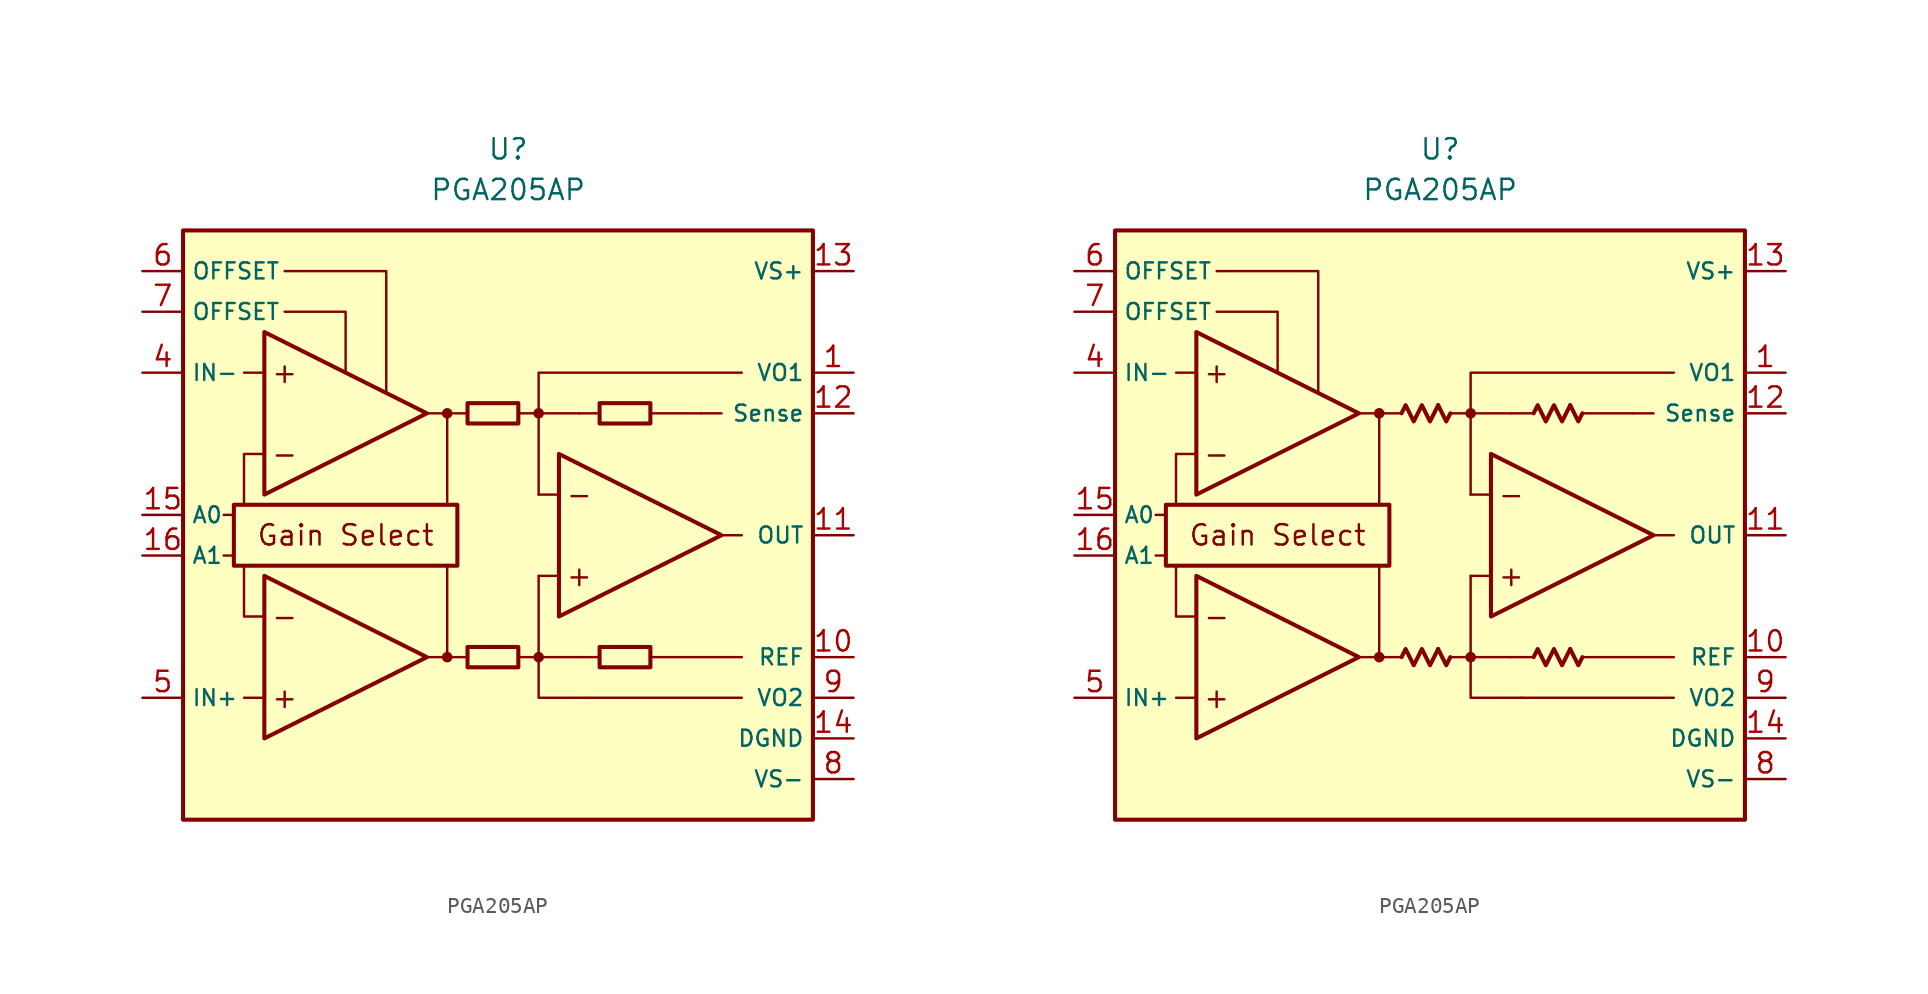
<source format=kicad_sym>
(kicad_symbol_lib
  (version 20231120)
  (generator "kicad_symbol_editor")
  (generator_version "8.0")
  (symbol "PGA205AP"
    (property "Reference" "U"
      (at 0 22.86 0)
      (effects (font (size 1.27 1.27))))
    (property "Value" "PGA205AP"
      (at 0 20.32 0)
      (effects (font (size 1.27 1.27))))
    (symbol "PGA205AP_0_0"
      (rectangle (start -20.32 17.78) (end 19.05 -19.05) (stroke (width 0.254) (type default)) (fill (type background)))
      (rectangle (start -17.145 0.635) (end -3.175 -3.175) (stroke (width 0.254) (type default)) (fill (type none)))
      (circle (center -3.81 -8.89) (radius 0.254) (stroke (width 0.152) (type default)) (fill (type outline)))
      (circle (center -3.81 6.35) (radius 0.254) (stroke (width 0.152) (type default)) (fill (type outline)))
      (polyline (pts (xy -1.27 -8.89)) (stroke (width 0.152) (type default)) (fill (type none)))
      (polyline (pts (xy -1.27 6.35)) (stroke (width 0.152) (type default)) (fill (type none)))
      (polyline (pts (xy 5.715 6.35)) (stroke (width 0.152) (type default)) (fill (type none)))
      (polyline (pts (xy -17.145 -2.54) (xy -17.78 -2.54)) (stroke (width 0.152) (type default)) (fill (type none)))
      (polyline (pts (xy -17.145 0) (xy -17.78 0)) (stroke (width 0.152) (type default)) (fill (type none)))
      (polyline (pts (xy -15.24 -11.43) (xy -16.51 -11.43)) (stroke (width 0.152) (type default)) (fill (type none)))
      (polyline (pts (xy -15.24 8.89) (xy -16.51 8.89)) (stroke (width 0.152) (type default)) (fill (type none)))
      (polyline (pts (xy -5.08 -8.89) (xy -2.54 -8.89)) (stroke (width 0.152) (type default)) (fill (type none)))
      (polyline (pts (xy -5.08 6.35) (xy -2.54 6.35)) (stroke (width 0.152) (type default)) (fill (type none)))
      (polyline (pts (xy -3.81 -8.89) (xy -3.81 -3.175)) (stroke (width 0.152) (type default)) (fill (type none)))
      (polyline (pts (xy -3.81 0.635) (xy -3.81 6.35)) (stroke (width 0.152) (type default)) (fill (type none)))
      (polyline (pts (xy 0.635 -8.89) (xy 1.905 -8.89)) (stroke (width 0.152) (type default)) (fill (type none)))
      (polyline (pts (xy 0.635 6.35) (xy 1.905 6.35)) (stroke (width 0.152) (type default)) (fill (type none)))
      (polyline (pts (xy 3.175 -3.81) (xy 1.905 -3.81)) (stroke (width 0.152) (type default)) (fill (type none)))
      (polyline (pts (xy 3.175 1.27) (xy 1.905 1.27)) (stroke (width 0.152) (type default)) (fill (type none)))
      (polyline (pts (xy 4.445 -8.89) (xy 1.905 -8.89)) (stroke (width 0.152) (type default)) (fill (type none)))
      (polyline (pts (xy 4.445 -8.89) (xy 5.715 -8.89)) (stroke (width 0.152) (type default)) (fill (type none)))
      (polyline (pts (xy 4.445 6.35) (xy 1.905 6.35)) (stroke (width 0.152) (type default)) (fill (type none)))
      (polyline (pts (xy 4.445 6.35) (xy 5.715 6.35)) (stroke (width 0.152) (type default)) (fill (type none)))
      (polyline (pts (xy 8.89 -8.89) (xy 14.605 -8.89)) (stroke (width 0.152) (type default)) (fill (type none)))
      (polyline (pts (xy 8.89 6.35) (xy 12.065 6.35)) (stroke (width 0.152) (type default)) (fill (type none)))
      (polyline (pts (xy 12.065 6.35) (xy 13.335 6.35)) (stroke (width 0.152) (type default)) (fill (type none)))
      (polyline (pts (xy 13.335 -1.27) (xy 14.605 -1.27)) (stroke (width 0.152) (type default)) (fill (type none)))
      (polyline (pts (xy 14.605 -11.43) (xy 5.08 -11.43)) (stroke (width 0.152) (type default)) (fill (type none)))
      (polyline (pts (xy -16.51 -3.175) (xy -16.51 -6.35) (xy -15.24 -6.35)) (stroke (width 0.152) (type default)) (fill (type none)))
      (polyline (pts (xy -15.24 3.81) (xy -16.51 3.81) (xy -16.51 0.635)) (stroke (width 0.152) (type default)) (fill (type none)))
      (polyline (pts (xy -13.97 12.7) (xy -10.16 12.7) (xy -10.16 8.89)) (stroke (width 0.152) (type default)) (fill (type none)))
      (polyline (pts (xy -7.62 7.62) (xy -7.62 15.24) (xy -13.97 15.24)) (stroke (width 0.152) (type default)) (fill (type none)))
      (polyline (pts (xy 1.905 -3.81) (xy 1.905 -11.43) (xy 5.08 -11.43)) (stroke (width 0.152) (type default)) (fill (type none)))
      (polyline (pts (xy 14.605 8.89) (xy 1.905 8.89) (xy 1.905 1.27)) (stroke (width 0.152) (type default)) (fill (type none)))
      (circle (center 1.905 -8.89) (radius 0.254) (stroke (width 0.152) (type default)) (fill (type outline)))
      (circle (center 1.905 6.35) (radius 0.254) (stroke (width 0.152) (type default)) (fill (type outline)))
      (text "+" (at -13.97 -11.43 0) (effects (font (size 1.27 1.27))))
      (text "+" (at -13.97 8.89 0) (effects (font (size 1.27 1.27))))
      (text "+" (at 4.445 -3.81 0) (effects (font (size 1.27 1.27))))
      (text "-" (at -13.97 -6.35 0) (effects (font (size 1.27 1.27))))
      (text "-" (at -13.97 3.81 0) (effects (font (size 1.27 1.27))))
      (text "-" (at 4.445 1.27 0) (effects (font (size 1.27 1.27))))
      (text "Gain Select" (at -10.16 -1.27 0) (effects (font (size 1.27 1.27)))))
    (symbol "PGA205AP_0_1"
      (rectangle (start -2.54 -8.255) (end 0.635 -9.525) (stroke (width 0.254) (type default)) (fill (type none)))
      (rectangle (start -2.54 6.985) (end 0.635 5.715) (stroke (width 0.254) (type default)) (fill (type none)))
      (rectangle (start 5.715 -8.255) (end 8.89 -9.525) (stroke (width 0.254) (type default)) (fill (type none)))
      (rectangle (start 5.715 6.985) (end 8.89 5.715) (stroke (width 0.254) (type default)) (fill (type none))))
    (symbol "PGA205AP_0_2"
      (polyline (pts (xy -0.127 -8.382) (xy 0.381 -9.398) (xy 0.635 -8.89)) (stroke (width 0.254) (type default)) (fill (type none)))
      (polyline (pts (xy -0.127 6.858) (xy 0.381 5.842) (xy 0.635 6.35)) (stroke (width 0.254) (type default)) (fill (type none)))
      (polyline (pts (xy 8.128 -8.382) (xy 8.636 -9.398) (xy 8.89 -8.89)) (stroke (width 0.254) (type default)) (fill (type none)))
      (polyline (pts (xy 8.128 6.858) (xy 8.636 5.842) (xy 8.89 6.35)) (stroke (width 0.254) (type default)) (fill (type none)))
      (polyline (pts (xy -2.413 -8.89) (xy -2.159 -8.382) (xy -1.651 -9.398) (xy -1.143 -8.382) (xy -0.635 -9.398) (xy -0.127 -8.382)) (stroke (width 0.254) (type default)) (fill (type none)))
      (polyline (pts (xy -2.413 6.35) (xy -2.159 6.858) (xy -1.651 5.842) (xy -1.143 6.858) (xy -0.635 5.842) (xy -0.127 6.858)) (stroke (width 0.254) (type default)) (fill (type none)))
      (polyline (pts (xy 5.842 -8.89) (xy 6.096 -8.382) (xy 6.604 -9.398) (xy 7.112 -8.382) (xy 7.62 -9.398) (xy 8.128 -8.382)) (stroke (width 0.254) (type default)) (fill (type none)))
      (polyline (pts (xy 5.842 6.35) (xy 6.096 6.858) (xy 6.604 5.842) (xy 7.112 6.858) (xy 7.62 5.842) (xy 8.128 6.858)) (stroke (width 0.254) (type default)) (fill (type none))))
    (symbol "PGA205AP_1_0"
      (polyline (pts (xy -15.24 -3.81) (xy -15.24 -13.97) (xy -5.08 -8.89) (xy -15.24 -3.81)) (stroke (width 0.254) (type default)) (fill (type background)))
      (polyline (pts (xy -15.24 11.43) (xy -15.24 1.27) (xy -5.08 6.35) (xy -15.24 11.43)) (stroke (width 0.254) (type default)) (fill (type background)))
      (polyline (pts (xy 3.175 3.81) (xy 3.175 -6.35) (xy 13.335 -1.27) (xy 3.175 3.81)) (stroke (width 0.254) (type default)) (fill (type background))))
    (symbol "PGA205AP_1_1"
      (pin passive line (at 21.59 8.89 180) (length 2.54) (name "VO1" (effects (font (size 1 1)))) (number "1" (effects (font (size 1.27 1.27)))))
      (pin passive line (at 21.59 -8.89 180) (length 2.54) (name "REF" (effects (font (size 1 1)))) (number "10" (effects (font (size 1.27 1.27)))))
      (pin output line (at 21.59 -1.27 180) (length 2.54) (name "OUT" (effects (font (size 1 1)))) (number "11" (effects (font (size 1.27 1.27)))))
      (pin passive line (at 21.59 6.35 180) (length 2.54) (name "Sense" (effects (font (size 1 1)))) (number "12" (effects (font (size 1.27 1.27)))))
      (pin power_in line (at 21.59 15.24 180) (length 2.54) (name "VS+" (effects (font (size 1 1)))) (number "13" (effects (font (size 1.27 1.27)))))
      (pin power_in line (at 21.59 -13.97 180) (length 2.54) (name "DGND" (effects (font (size 1 1)))) (number "14" (effects (font (size 1.27 1.27)))))
      (pin input line (at -22.86 0 0) (length 2.54) (name "A0" (effects (font (size 1 1)))) (number "15" (effects (font (size 1.27 1.27)))))
      (pin input line (at -22.86 -2.54 0) (length 2.54) (name "A1" (effects (font (size 1 1)))) (number "16" (effects (font (size 1.27 1.27)))))
      (pin free line (at -1.27 -12.7 0) (length 2.54) hide (name "NC" (effects (font (size 1.27 1.27)))) (number "2" (effects (font (size 1.27 1.27)))))
      (pin free line (at -1.27 -15.24 0) (length 2.54) hide (name "NC" (effects (font (size 1.27 1.27)))) (number "3" (effects (font (size 1.27 1.27)))))
      (pin input line (at -22.86 8.89 0) (length 2.54) (name "IN-" (effects (font (size 1 1)))) (number "4" (effects (font (size 1.27 1.27)))))
      (pin input line (at -22.86 -11.43 0) (length 2.54) (name "IN+" (effects (font (size 1 1)))) (number "5" (effects (font (size 1.27 1.27)))))
      (pin passive line (at -22.86 15.24 0) (length 2.54) (name "OFFSET" (effects (font (size 1 1)))) (number "6" (effects (font (size 1.27 1.27)))))
      (pin passive line (at -22.86 12.7 0) (length 2.54) (name "OFFSET" (effects (font (size 1 1)))) (number "7" (effects (font (size 1.27 1.27)))))
      (pin power_in line (at 21.59 -16.51 180) (length 2.54) (name "VS-" (effects (font (size 1 1)))) (number "8" (effects (font (size 1.27 1.27)))))
      (pin passive line (at 21.59 -11.43 180) (length 2.54) (name "VO2" (effects (font (size 1 1)))) (number "9" (effects (font (size 1.27 1.27))))))
    (symbol "PGA205AP_1_2"
      (pin passive line (at 21.59 8.89 180) (length 2.54) (name "VO1" (effects (font (size 1 1)))) (number "1" (effects (font (size 1.27 1.27)))))
      (pin passive line (at 21.59 -8.89 180) (length 2.54) (name "REF" (effects (font (size 1 1)))) (number "10" (effects (font (size 1.27 1.27)))))
      (pin output line (at 21.59 -1.27 180) (length 2.54) (name "OUT" (effects (font (size 1 1)))) (number "11" (effects (font (size 1.27 1.27)))))
      (pin passive line (at 21.59 6.35 180) (length 2.54) (name "Sense" (effects (font (size 1 1)))) (number "12" (effects (font (size 1.27 1.27)))))
      (pin power_in line (at 21.59 15.24 180) (length 2.54) (name "VS+" (effects (font (size 1 1)))) (number "13" (effects (font (size 1.27 1.27)))))
      (pin power_in line (at 21.59 -13.97 180) (length 2.54) (name "DGND" (effects (font (size 1 1)))) (number "14" (effects (font (size 1.27 1.27)))))
      (pin input line (at -22.86 0 0) (length 2.54) (name "A0" (effects (font (size 1 1)))) (number "15" (effects (font (size 1.27 1.27)))))
      (pin input line (at -22.86 -2.54 0) (length 2.54) (name "A1" (effects (font (size 1 1)))) (number "16" (effects (font (size 1.27 1.27)))))
      (pin no_connect line (at -1.27 -12.7 0) (length 2.54) hide (name "NC" (effects (font (size 1.27 1.27)))) (number "2" (effects (font (size 1.27 1.27)))))
      (pin no_connect line (at -1.27 -15.24 0) (length 2.54) hide (name "NC" (effects (font (size 1.27 1.27)))) (number "3" (effects (font (size 1.27 1.27)))))
      (pin input line (at -22.86 8.89 0) (length 2.54) (name "IN-" (effects (font (size 1 1)))) (number "4" (effects (font (size 1.27 1.27)))))
      (pin input line (at -22.86 -11.43 0) (length 2.54) (name "IN+" (effects (font (size 1 1)))) (number "5" (effects (font (size 1.27 1.27)))))
      (pin passive line (at -22.86 15.24 0) (length 2.54) (name "OFFSET" (effects (font (size 1 1)))) (number "6" (effects (font (size 1.27 1.27)))))
      (pin passive line (at -22.86 12.7 0) (length 2.54) (name "OFFSET" (effects (font (size 1 1)))) (number "7" (effects (font (size 1.27 1.27)))))
      (pin power_in line (at 21.59 -16.51 180) (length 2.54) (name "VS-" (effects (font (size 1 1)))) (number "8" (effects (font (size 1.27 1.27)))))
      (pin passive line (at 21.59 -11.43 180) (length 2.54) (name "VO2" (effects (font (size 1 1)))) (number "9" (effects (font (size 1.27 1.27))))))))
</source>
